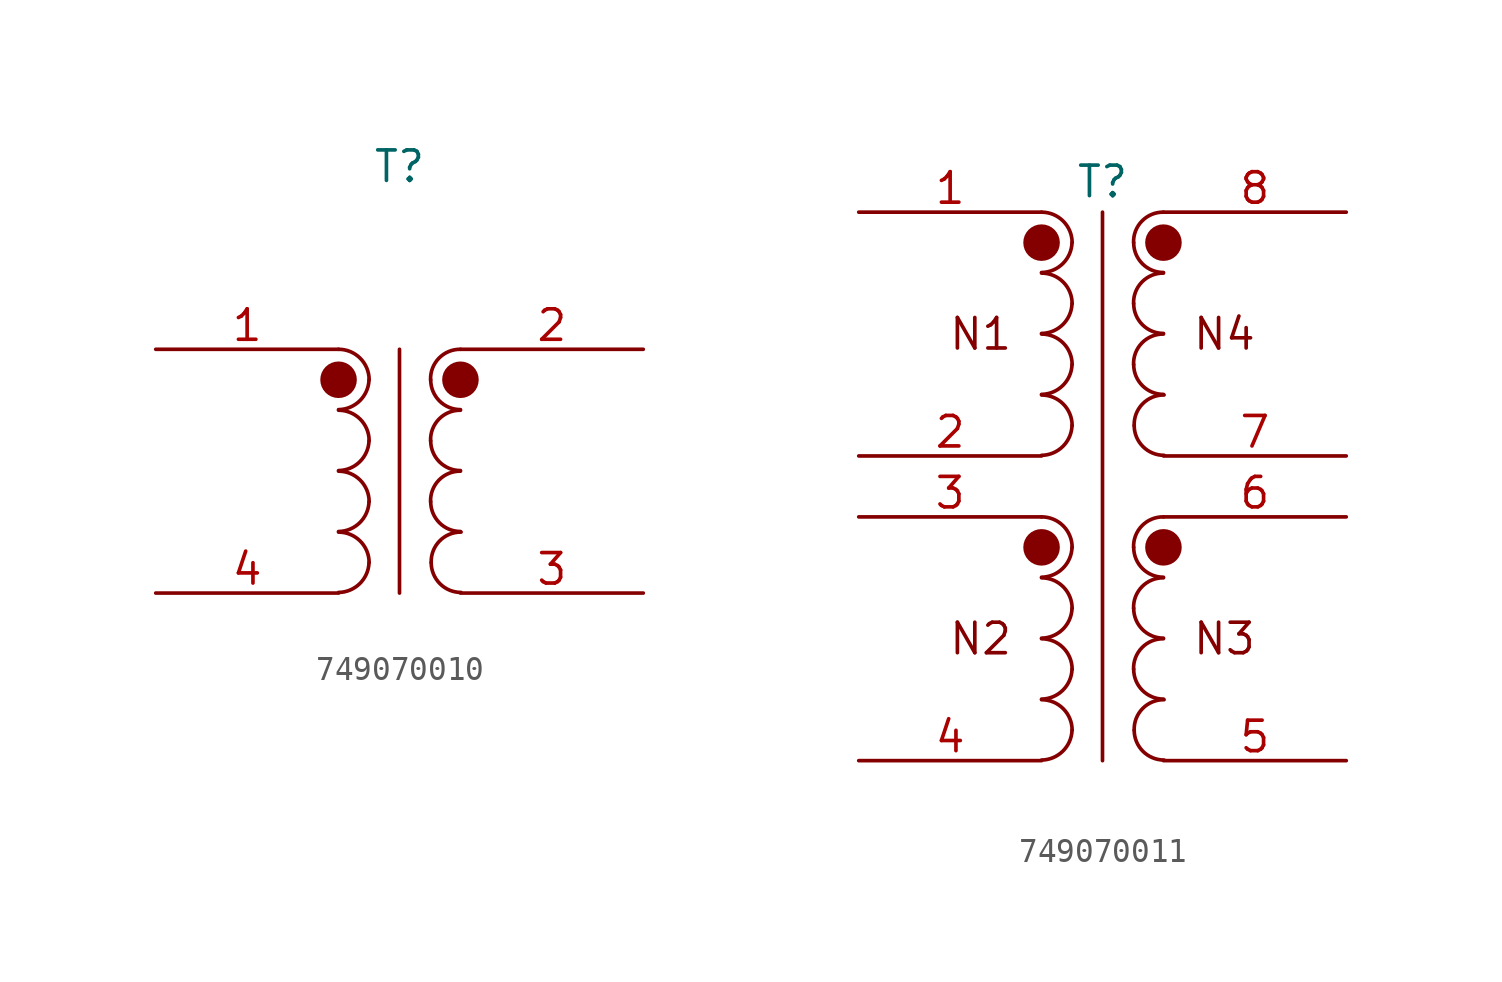
<source format=kicad_sym>
(kicad_symbol_lib
  (version 20220914)
  (generator kicad_symbol_editor)
  (symbol "749070010"
    (pin_names hide)
    (property "Reference" "T"
      (at 0 12.7 0)
      (effects (font (size 1.27 1.27))))
    (property "Critical Parameter" ""
      (at 0 -5.08 0)
      (effects (font (size 1.27 1.27)) (justify left)))
    (symbol "749070010_0_1"
      (arc (start -2.54 -5.0546) (mid -1.6599 -4.6901) (end -1.27 -3.81) (stroke (width 0) (type default)) (fill (type none)))
      (arc (start -2.54 -2.5146) (mid -1.6599 -2.1501) (end -1.27 -1.27) (stroke (width 0) (type default)) (fill (type none)))
      (arc (start -2.54 0.0254) (mid -1.6599 0.3899) (end -1.27 1.27) (stroke (width 0) (type default)) (fill (type none)))
      (arc (start -2.54 2.5654) (mid -1.6599 2.9299) (end -1.27 3.81) (stroke (width 0) (type default)) (fill (type none)))
      (arc (start -1.27 -3.81) (mid -1.642 -2.912) (end -2.54 -2.54) (stroke (width 0) (type default)) (fill (type none)))
      (arc (start -1.27 -1.27) (mid -1.642 -0.372) (end -2.54 0) (stroke (width 0) (type default)) (fill (type none)))
      (arc (start -1.27 1.27) (mid -1.642 2.168) (end -2.54 2.54) (stroke (width 0) (type default)) (fill (type none)))
      (arc (start -1.27 3.81) (mid -1.642 4.708) (end -2.54 5.08) (stroke (width 0) (type default)) (fill (type none)))
      (polyline (pts (xy 0 5.08) (xy 0 -5.08)) (stroke (width 0) (type default)) (fill (type none)))
      (arc (start 1.2954 -1.27) (mid 1.6599 -2.1501) (end 2.54 -2.5146) (stroke (width 0) (type default)) (fill (type none)))
      (arc (start 1.2954 1.27) (mid 1.6599 0.3899) (end 2.54 0.0254) (stroke (width 0) (type default)) (fill (type none)))
      (arc (start 1.2954 3.81) (mid 1.6599 2.9299) (end 2.54 2.5654) (stroke (width 0) (type default)) (fill (type none)))
      (arc (start 1.3208 -3.81) (mid 1.6853 -4.6901) (end 2.5654 -5.0546) (stroke (width 0) (type default)) (fill (type none)))
      (arc (start 2.54 0) (mid 1.642 -0.372) (end 1.2954 -1.27) (stroke (width 0) (type default)) (fill (type none)))
      (arc (start 2.54 2.54) (mid 1.642 2.168) (end 1.2954 1.27) (stroke (width 0) (type default)) (fill (type none)))
      (arc (start 2.54 5.08) (mid 1.642 4.708) (end 1.2954 3.81) (stroke (width 0) (type default)) (fill (type none)))
      (arc (start 2.5654 -2.54) (mid 1.6674 -2.912) (end 1.3208 -3.81) (stroke (width 0) (type default)) (fill (type none))))
    (symbol "749070010_1_1"
      (circle (center -2.54 3.81) (radius 0.0001) (stroke (width 0.762) (type default)) (fill (type none)))
      (circle (center 2.54 3.81) (radius 0.0001) (stroke (width 0.762) (type default)) (fill (type none)))
      (pin passive line (at -10.16 5.08 0) (length 7.62) (name "1" (effects (font (size 1.27 1.27)))) (number "1" (effects (font (size 1.27 1.27)))))
      (pin passive line (at 10.16 5.08 180) (length 7.62) (name "2" (effects (font (size 1.27 1.27)))) (number "2" (effects (font (size 1.27 1.27)))))
      (pin passive line (at 10.16 -5.08 180) (length 7.62) (name "3" (effects (font (size 1.27 1.27)))) (number "3" (effects (font (size 1.27 1.27)))))
      (pin passive line (at -10.16 -5.08 0) (length 7.62) (name "4" (effects (font (size 1.27 1.27)))) (number "4" (effects (font (size 1.27 1.27)))))))
  (symbol "749070011"
    (pin_names hide)
    (property "Reference" "T"
      (at 0 12.7 0)
      (effects (font (size 1.27 1.27))))
    (property "Critical Parameter" ""
      (at 0 1.27 0)
      (effects (font (size 1.27 1.27)) (justify left)))
    (symbol "749070011_0_1"
      (arc (start -2.54 -11.4046) (mid -1.6561 -11.0363) (end -1.27 -10.16) (stroke (width 0) (type default)) (fill (type none)))
      (arc (start -2.54 -8.8646) (mid -1.6561 -8.4963) (end -1.27 -7.62) (stroke (width 0) (type default)) (fill (type none)))
      (arc (start -2.54 -6.3246) (mid -1.6561 -5.9563) (end -1.27 -5.08) (stroke (width 0) (type default)) (fill (type none)))
      (arc (start -2.54 -3.7846) (mid -1.6561 -3.4163) (end -1.27 -2.54) (stroke (width 0) (type default)) (fill (type none)))
      (arc (start -2.54 1.2954) (mid -1.6561 1.6637) (end -1.27 2.54) (stroke (width 0) (type default)) (fill (type none)))
      (arc (start -2.54 3.8354) (mid -1.6561 4.2037) (end -1.27 5.08) (stroke (width 0) (type default)) (fill (type none)))
      (arc (start -2.54 6.3754) (mid -1.6561 6.7437) (end -1.27 7.62) (stroke (width 0) (type default)) (fill (type none)))
      (arc (start -2.54 8.9154) (mid -1.6561 9.2837) (end -1.27 10.16) (stroke (width 0) (type default)) (fill (type none)))
      (arc (start -1.27 -10.16) (mid -1.642 -9.262) (end -2.54 -8.89) (stroke (width 0) (type default)) (fill (type none)))
      (arc (start -1.27 -7.62) (mid -1.642 -6.722) (end -2.54 -6.35) (stroke (width 0) (type default)) (fill (type none)))
      (arc (start -1.27 -5.08) (mid -1.642 -4.182) (end -2.54 -3.81) (stroke (width 0) (type default)) (fill (type none)))
      (arc (start -1.27 -2.54) (mid -1.642 -1.642) (end -2.54 -1.27) (stroke (width 0) (type default)) (fill (type none)))
      (arc (start -1.27 2.54) (mid -1.642 3.438) (end -2.54 3.81) (stroke (width 0) (type default)) (fill (type none)))
      (arc (start -1.27 5.08) (mid -1.642 5.978) (end -2.54 6.35) (stroke (width 0) (type default)) (fill (type none)))
      (arc (start -1.27 7.62) (mid -1.642 8.518) (end -2.54 8.89) (stroke (width 0) (type default)) (fill (type none)))
      (arc (start -1.27 10.16) (mid -1.642 11.058) (end -2.54 11.43) (stroke (width 0) (type default)) (fill (type none)))
      (polyline (pts (xy 0 11.43) (xy 0 -11.43)) (stroke (width 0) (type default)) (fill (type none)))
      (arc (start 1.2954 -7.62) (mid 1.6599 -8.5001) (end 2.54 -8.8646) (stroke (width 0) (type default)) (fill (type none)))
      (arc (start 1.2954 -5.08) (mid 1.6599 -5.9601) (end 2.54 -6.3246) (stroke (width 0) (type default)) (fill (type none)))
      (arc (start 1.2954 -2.54) (mid 1.6599 -3.4201) (end 2.54 -3.7846) (stroke (width 0) (type default)) (fill (type none)))
      (arc (start 1.2954 5.08) (mid 1.6599 4.1999) (end 2.54 3.8354) (stroke (width 0) (type default)) (fill (type none)))
      (arc (start 1.2954 7.62) (mid 1.6599 6.7399) (end 2.54 6.3754) (stroke (width 0) (type default)) (fill (type none)))
      (arc (start 1.2954 10.16) (mid 1.6599 9.2799) (end 2.54 8.9154) (stroke (width 0) (type default)) (fill (type none)))
      (arc (start 1.3208 -10.16) (mid 1.6854 -11.0399) (end 2.5654 -11.4046) (stroke (width 0) (type default)) (fill (type none)))
      (arc (start 1.3208 2.54) (mid 1.6854 1.6601) (end 2.5654 1.2954) (stroke (width 0) (type default)) (fill (type none)))
      (arc (start 2.54 -6.35) (mid 1.6458 -6.7185) (end 1.2954 -7.62) (stroke (width 0) (type default)) (fill (type none)))
      (arc (start 2.54 -3.81) (mid 1.6458 -4.1785) (end 1.2954 -5.08) (stroke (width 0) (type default)) (fill (type none)))
      (arc (start 2.54 -1.27) (mid 1.6458 -1.6385) (end 1.2954 -2.54) (stroke (width 0) (type default)) (fill (type none)))
      (arc (start 2.54 6.35) (mid 1.6458 5.9815) (end 1.2954 5.08) (stroke (width 0) (type default)) (fill (type none)))
      (arc (start 2.54 8.89) (mid 1.6458 8.5215) (end 1.2954 7.62) (stroke (width 0) (type default)) (fill (type none)))
      (arc (start 2.54 11.43) (mid 1.6458 11.0615) (end 1.2954 10.16) (stroke (width 0) (type default)) (fill (type none)))
      (arc (start 2.5654 -8.89) (mid 1.6709 -9.2583) (end 1.3208 -10.16) (stroke (width 0) (type default)) (fill (type none)))
      (arc (start 2.5654 3.81) (mid 1.6709 3.4417) (end 1.3208 2.54) (stroke (width 0) (type default)) (fill (type none))))
    (symbol "749070011_1_1"
      (circle (center -2.54 -2.54) (radius 0.0001) (stroke (width 0.762) (type default)) (fill (type none)))
      (circle (center -2.54 10.16) (radius 0.0001) (stroke (width 0.762) (type default)) (fill (type none)))
      (circle (center 2.54 -2.54) (radius 0.0001) (stroke (width 0.762) (type default)) (fill (type none)))
      (circle (center 2.54 10.16) (radius 0.0001) (stroke (width 0.762) (type default)) (fill (type none)))
      (text "N1" (at -5.08 6.35 0) (effects (font (size 1.27 1.27))))
      (text "N2" (at -5.08 -6.35 0) (effects (font (size 1.27 1.27))))
      (text "N3" (at 5.08 -6.35 0) (effects (font (size 1.27 1.27))))
      (text "N4" (at 5.08 6.35 0) (effects (font (size 1.27 1.27))))
      (pin passive line (at -10.16 11.43 0) (length 7.62) (name "1" (effects (font (size 1.27 1.27)))) (number "1" (effects (font (size 1.27 1.27)))))
      (pin passive line (at -10.16 1.27 0) (length 7.62) (name "2" (effects (font (size 1.27 1.27)))) (number "2" (effects (font (size 1.27 1.27)))))
      (pin passive line (at -10.16 -1.27 0) (length 7.62) (name "3" (effects (font (size 1.27 1.27)))) (number "3" (effects (font (size 1.27 1.27)))))
      (pin passive line (at -10.16 -11.43 0) (length 7.62) (name "4" (effects (font (size 1.27 1.27)))) (number "4" (effects (font (size 1.27 1.27)))))
      (pin passive line (at 10.16 -11.43 180) (length 7.62) (name "5" (effects (font (size 1.27 1.27)))) (number "5" (effects (font (size 1.27 1.27)))))
      (pin passive line (at 10.16 -1.27 180) (length 7.62) (name "6" (effects (font (size 1.27 1.27)))) (number "6" (effects (font (size 1.27 1.27)))))
      (pin passive line (at 10.16 1.27 180) (length 7.62) (name "7" (effects (font (size 1.27 1.27)))) (number "7" (effects (font (size 1.27 1.27)))))
      (pin passive line (at 10.16 11.43 180) (length 7.62) (name "8" (effects (font (size 1.27 1.27)))) (number "8" (effects (font (size 1.27 1.27))))))))
</source>
